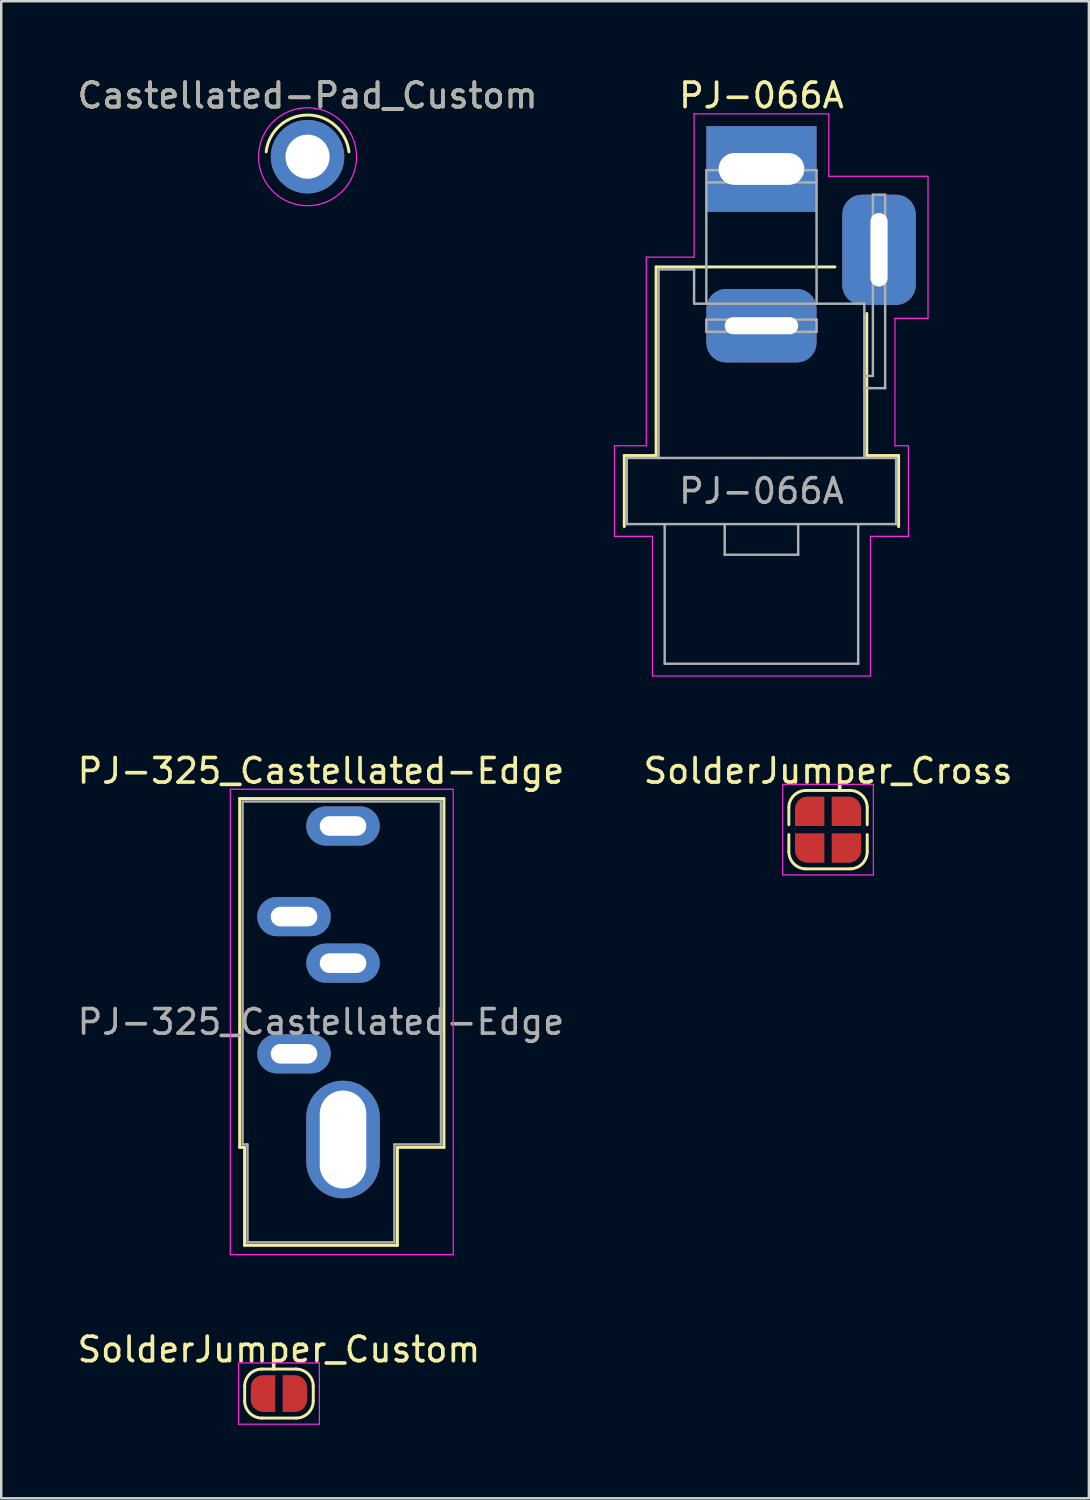
<source format=kicad_pcb>
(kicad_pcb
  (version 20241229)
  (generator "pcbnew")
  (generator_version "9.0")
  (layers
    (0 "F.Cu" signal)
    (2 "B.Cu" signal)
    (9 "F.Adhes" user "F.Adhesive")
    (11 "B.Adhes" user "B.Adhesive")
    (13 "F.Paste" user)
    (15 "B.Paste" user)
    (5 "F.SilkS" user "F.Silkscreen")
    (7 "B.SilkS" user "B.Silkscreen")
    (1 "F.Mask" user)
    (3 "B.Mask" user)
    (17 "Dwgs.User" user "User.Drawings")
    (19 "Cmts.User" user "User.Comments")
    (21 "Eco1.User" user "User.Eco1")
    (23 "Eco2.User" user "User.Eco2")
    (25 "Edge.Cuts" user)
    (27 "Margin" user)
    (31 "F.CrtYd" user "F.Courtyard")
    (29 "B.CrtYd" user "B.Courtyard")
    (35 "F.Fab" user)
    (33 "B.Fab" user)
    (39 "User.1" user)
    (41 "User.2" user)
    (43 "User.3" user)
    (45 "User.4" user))
  (footprint "PJ-066A"
    (layer "F.Cu")
    (at 28.037 18.348)
    (property "Reference" "PJ-066A" (at 0 -17.5 0) (layer "F.SilkS") (effects (font (size 1 1) (thickness 0.15))))
    (attr through_hole)
    (fp_line (start -5.6 -2.8) (end -5.6 0.1) (stroke (width 0.12) (type solid)) (layer "F.SilkS"))
    (fp_line (start -4.3 -10.5) (end 3 -10.5) (stroke (width 0.12) (type solid)) (layer "F.SilkS"))
    (fp_line (start -4.3 -2.8) (end -5.6 -2.8) (stroke (width 0.12) (type solid)) (layer "F.SilkS"))
    (fp_line (start -4.3 -2.8) (end -4.3 -10.5) (stroke (width 0.12) (type solid)) (layer "F.SilkS"))
    (fp_line (start 4.3 -2.8) (end 4.3 -8.6) (stroke (width 0.12) (type solid)) (layer "F.SilkS"))
    (fp_line (start 5.6 -2.8) (end 4.3 -2.8) (stroke (width 0.12) (type solid)) (layer "F.SilkS"))
    (fp_line (start 5.6 -2.8) (end 5.6 0.1) (stroke (width 0.12) (type solid)) (layer "F.SilkS"))
    (fp_line (start -6 0.5) (end -6 -3.2) (stroke (width 0.05) (type solid)) (layer "F.CrtYd"))
    (fp_line (start -6 0.5) (end -4.45 0.5) (stroke (width 0.05) (type solid)) (layer "F.CrtYd"))
    (fp_line (start -4.7 -10.9) (end -4.7 -3.2) (stroke (width 0.05) (type solid)) (layer "F.CrtYd"))
    (fp_line (start -4.7 -3.2) (end -6 -3.2) (stroke (width 0.05) (type solid)) (layer "F.CrtYd"))
    (fp_line (start -4.45 6.2) (end -4.45 0.5) (stroke (width 0.05) (type solid)) (layer "F.CrtYd"))
    (fp_line (start -4.45 6.2) (end 4.45 6.2) (stroke (width 0.05) (type solid)) (layer "F.CrtYd"))
    (fp_line (start -2.75 -16.75) (end -2.75 -10.9) (stroke (width 0.05) (type solid)) (layer "F.CrtYd"))
    (fp_line (start -2.75 -10.9) (end -4.7 -10.9) (stroke (width 0.05) (type solid)) (layer "F.CrtYd"))
    (fp_line (start 2.75 -16.75) (end -2.75 -16.75) (stroke (width 0.05) (type solid)) (layer "F.CrtYd"))
    (fp_line (start 2.75 -16.75) (end 2.75 -14.2) (stroke (width 0.05) (type solid)) (layer "F.CrtYd"))
    (fp_line (start 4.45 0.5) (end 6 0.5) (stroke (width 0.05) (type solid)) (layer "F.CrtYd"))
    (fp_line (start 4.45 6.2) (end 4.45 0.5) (stroke (width 0.05) (type solid)) (layer "F.CrtYd"))
    (fp_line (start 5.45 -3.2) (end 5.45 -8.4) (stroke (width 0.05) (type solid)) (layer "F.CrtYd"))
    (fp_line (start 6 -3.2) (end 5.45 -3.2) (stroke (width 0.05) (type solid)) (layer "F.CrtYd"))
    (fp_line (start 6 0.5) (end 6 -3.2) (stroke (width 0.05) (type solid)) (layer "F.CrtYd"))
    (fp_line (start 6.8 -14.2) (end 2.75 -14.2) (stroke (width 0.05) (type solid)) (layer "F.CrtYd"))
    (fp_line (start 6.8 -14.2) (end 6.8 -8.4) (stroke (width 0.05) (type solid)) (layer "F.CrtYd"))
    (fp_line (start 6.8 -8.4) (end 5.45 -8.4) (stroke (width 0.05) (type solid)) (layer "F.CrtYd"))
    (fp_line (start -5.5 0) (end -5.5 -2.7) (stroke (width 0.1) (type solid)) (layer "F.Fab"))
    (fp_line (start -4.2 -10.4) (end -2.75 -10.4) (stroke (width 0.1) (type solid)) (layer "F.Fab"))
    (fp_line (start -4.2 -2.7) (end -4.2 -10.4) (stroke (width 0.1) (type solid)) (layer "F.Fab"))
    (fp_line (start -3.95 5.7) (end -3.95 0) (stroke (width 0.1) (type solid)) (layer "F.Fab"))
    (fp_line (start -2.75 -9) (end -2.75 -10.4) (stroke (width 0.1) (type solid)) (layer "F.Fab"))
    (fp_line (start -2.25 -9) (end -2.25 -14.45) (stroke (width 0.1) (type solid)) (layer "F.Fab"))
    (fp_line (start -2.25 -8.35) (end -2.25 -7.85) (stroke (width 0.1) (type solid)) (layer "F.Fab"))
    (fp_line (start -1.5 1.25) (end -1.5 0) (stroke (width 0.1) (type solid)) (layer "F.Fab"))
    (fp_line (start -1.25 -14.45) (end -1.25 -13.95) (stroke (width 0.1) (type solid)) (layer "F.Fab"))
    (fp_line (start -1.25 -8.35) (end -1.25 -7.85) (stroke (width 0.1) (type solid)) (layer "F.Fab"))
    (fp_line (start -1 -15.05) (end -1 -14.55) (stroke (width 0.05) (type solid)) (layer "F.Fab"))
    (fp_line (start 1 -15.05) (end -1 -15.05) (stroke (width 0.05) (type solid)) (layer "F.Fab"))
    (fp_line (start 1 -15.05) (end 1 -14.55) (stroke (width 0.05) (type solid)) (layer "F.Fab"))
    (fp_line (start 1 -14.55) (end -1 -14.55) (stroke (width 0.05) (type solid)) (layer "F.Fab"))
    (fp_line (start 1.25 -14.45) (end 1.25 -13.95) (stroke (width 0.1) (type solid)) (layer "F.Fab"))
    (fp_line (start 1.25 -8.35) (end 1.25 -7.85) (stroke (width 0.1) (type solid)) (layer "F.Fab"))
    (fp_line (start 1.5 0) (end 1.5 1.25) (stroke (width 0.1) (type solid)) (layer "F.Fab"))
    (fp_line (start 1.5 1.25) (end -1.5 1.25) (stroke (width 0.1) (type solid)) (layer "F.Fab"))
    (fp_line (start 2.25 -14.45) (end -2.25 -14.45) (stroke (width 0.1) (type solid)) (layer "F.Fab"))
    (fp_line (start 2.25 -14.45) (end 2.25 -9) (stroke (width 0.1) (type solid)) (layer "F.Fab"))
    (fp_line (start 2.25 -13.95) (end -2.25 -13.95) (stroke (width 0.1) (type solid)) (layer "F.Fab"))
    (fp_line (start 2.25 -8.35) (end -2.25 -8.35) (stroke (width 0.1) (type solid)) (layer "F.Fab"))
    (fp_line (start 2.25 -8.35) (end 2.25 -7.85) (stroke (width 0.1) (type solid)) (layer "F.Fab"))
    (fp_line (start 2.25 -7.85) (end -2.25 -7.85) (stroke (width 0.1) (type solid)) (layer "F.Fab"))
    (fp_line (start 3.95 5.7) (end -3.95 5.7) (stroke (width 0.1) (type solid)) (layer "F.Fab"))
    (fp_line (start 3.95 5.7) (end 3.95 0) (stroke (width 0.1) (type solid)) (layer "F.Fab"))
    (fp_line (start 4.2 -9) (end -2.75 -9) (stroke (width 0.1) (type solid)) (layer "F.Fab"))
    (fp_line (start 4.2 -9) (end 4.2 -2.7) (stroke (width 0.1) (type solid)) (layer "F.Fab"))
    (fp_line (start 4.2 -6.05) (end 4.55 -6.05) (stroke (width 0.1) (type solid)) (layer "F.Fab"))
    (fp_line (start 4.2 -5.55) (end 5.05 -5.55) (stroke (width 0.1) (type solid)) (layer "F.Fab"))
    (fp_line (start 4.55 -13.45) (end 5.05 -13.45) (stroke (width 0.1) (type solid)) (layer "F.Fab"))
    (fp_line (start 4.55 -12.45) (end 5.05 -12.45) (stroke (width 0.1) (type solid)) (layer "F.Fab"))
    (fp_line (start 4.55 -9.95) (end 5.05 -9.95) (stroke (width 0.1) (type solid)) (layer "F.Fab"))
    (fp_line (start 4.55 -6.05) (end 4.55 -13.45) (stroke (width 0.1) (type solid)) (layer "F.Fab"))
    (fp_line (start 5.05 -5.55) (end 5.05 -13.45) (stroke (width 0.1) (type solid)) (layer "F.Fab"))
    (fp_line (start 5.5 -2.7) (end -5.5 -2.7) (stroke (width 0.1) (type solid)) (layer "F.Fab"))
    (fp_line (start 5.5 0) (end -5.5 0) (stroke (width 0.1) (type solid)) (layer "F.Fab"))
    (fp_line (start 5.5 0) (end 5.5 -2.7) (stroke (width 0.1) (type solid)) (layer "F.Fab"))
    (fp_text user "${REFERENCE}" (at 0 -1.35 0) (layer "F.Fab") (effects (font (size 1 1) (thickness 0.15))))
    (pad "" smd oval (at 0 -14.5) (size 3.9 1.7) (layers "F.Mask"))
    (pad "1" thru_hole rect (at 0 -14.5) (size 4.5 3.5) (drill oval 3.5 1.3) (layers "*.Cu" "B.Mask"))
    (pad "2" thru_hole roundrect (at 0 -8.1) (size 4.5 3) (drill oval 3 0.7) (layers "*.Cu" "*.Mask") (roundrect_rratio 0.267))
    (pad "3" thru_hole roundrect (at 4.8 -11.2 90) (size 4.5 3) (drill oval 3 0.7) (layers "*.Cu" "*.Mask") (roundrect_rratio 0.267)))
  (footprint "SolderJumper_Custom"
    (layer "F.Cu")
    (at 8.339 53.845)
    (property "Reference" "SolderJumper_Custom" (at 0 -1.8 0) (layer "F.SilkS") (effects (font (size 1 1) (thickness 0.15))))
    (attr exclude_from_pos_files exclude_from_bom)
    (fp_rect (start -0.15 -0.75) (end 0.15 0.75) (stroke (width 0) (type solid)) (fill yes) (layer "F.Mask"))
    (fp_line (start -1.4 0.3) (end -1.4 -0.3) (stroke (width 0.12) (type solid)) (layer "F.SilkS"))
    (fp_line (start -0.7 -1) (end 0.7 -1) (stroke (width 0.12) (type solid)) (layer "F.SilkS"))
    (fp_line (start 0.7 1) (end -0.7 1) (stroke (width 0.12) (type solid)) (layer "F.SilkS"))
    (fp_line (start 1.4 -0.3) (end 1.4 0.3) (stroke (width 0.12) (type solid)) (layer "F.SilkS"))
    (fp_arc (start -1.4 -0.3) (mid -1.194975 -0.794975) (end -0.7 -1) (stroke (width 0.12) (type solid)) (layer "F.SilkS"))
    (fp_arc (start -0.7 1) (mid -1.194975 0.794975) (end -1.4 0.3) (stroke (width 0.12) (type solid)) (layer "F.SilkS"))
    (fp_arc (start 0.7 -1) (mid 1.194975 -0.794975) (end 1.4 -0.3) (stroke (width 0.12) (type solid)) (layer "F.SilkS"))
    (fp_arc (start 1.4 0.3) (mid 1.194975 0.794975) (end 0.7 1) (stroke (width 0.12) (type solid)) (layer "F.SilkS"))
    (fp_line (start -1.65 -1.25) (end -1.65 1.25) (stroke (width 0.05) (type solid)) (layer "F.CrtYd"))
    (fp_line (start -1.65 -1.25) (end 1.65 -1.25) (stroke (width 0.05) (type solid)) (layer "F.CrtYd"))
    (fp_line (start 1.65 1.25) (end -1.65 1.25) (stroke (width 0.05) (type solid)) (layer "F.CrtYd"))
    (fp_line (start 1.65 1.25) (end 1.65 -1.25) (stroke (width 0.05) (type solid)) (layer "F.CrtYd"))
    (pad "1" smd custom (at -0.65 0) (size 1 0.5) (layers "F.Cu" "F.Mask") (options (anchor rect)) (primitives (gr_circle (center 0 0.25) (end 0.5 0.25) (width 0) (fill yes)) (gr_circle (center 0 -0.25) (end 0.5 -0.25) (width 0) (fill yes)) (gr_poly (pts (xy 0.5 0.75) (xy 0 0.75) (xy 0 -0.75) (xy 0.5 -0.75)) (width 0) (fill yes))))
    (pad "2" smd custom (at 0.65 0) (size 1 0.5) (layers "F.Cu" "F.Mask") (options (anchor rect)) (primitives (gr_circle (center 0 0.25) (end 0.5 0.25) (width 0) (fill yes)) (gr_circle (center 0 -0.25) (end 0.5 -0.25) (width 0) (fill yes)) (gr_poly (pts (xy 0 0.75) (xy -0.5 0.75) (xy -0.5 -0.75) (xy 0 -0.75)) (width 0) (fill yes)))))
  (footprint "PJ-325_Castellated-Edge"
    (layer "F.Cu")
    (at 10.054 47.672)
    (property "Reference" "PJ-325_Castellated-Edge" (at 0 -19.25 180) (layer "F.SilkS") (effects (font (size 1 1) (thickness 0.15))))
    (attr through_hole)
    (fp_line (start -3.32 -18.12) (end 5.02 -18.12) (stroke (width 0.12) (type solid)) (layer "F.SilkS"))
    (fp_line (start -3.32 -3.88) (end -3.32 -18.12) (stroke (width 0.12) (type solid)) (layer "F.SilkS"))
    (fp_line (start -3.12 -3.88) (end -3.32 -3.88) (stroke (width 0.12) (type solid)) (layer "F.SilkS"))
    (fp_line (start -3.12 0.12) (end -3.12 -3.88) (stroke (width 0.12) (type solid)) (layer "F.SilkS"))
    (fp_line (start 3.12 -3.88) (end 3.12 0.12) (stroke (width 0.12) (type solid)) (layer "F.SilkS"))
    (fp_line (start 3.12 0.12) (end -3.12 0.12) (stroke (width 0.12) (type solid)) (layer "F.SilkS"))
    (fp_line (start 5.02 -18.12) (end 5.02 -3.88) (stroke (width 0.12) (type solid)) (layer "F.SilkS"))
    (fp_line (start 5.02 -3.88) (end 3.12 -3.88) (stroke (width 0.12) (type solid)) (layer "F.SilkS"))
    (fp_line (start -3.7 -18.5) (end -3.7 0.5) (stroke (width 0.05) (type solid)) (layer "F.CrtYd"))
    (fp_line (start -3.7 0.5) (end 5.4 0.5) (stroke (width 0.05) (type solid)) (layer "F.CrtYd"))
    (fp_line (start 5.4 -18.5) (end -3.7 -18.5) (stroke (width 0.05) (type solid)) (layer "F.CrtYd"))
    (fp_line (start 5.4 0.5) (end 5.4 -18.5) (stroke (width 0.05) (type solid)) (layer "F.CrtYd"))
    (fp_line (start -3.2 -18) (end 4.9 -18) (stroke (width 0.1) (type solid)) (layer "F.Fab"))
    (fp_line (start -3.2 -4) (end -3.2 -18) (stroke (width 0.1) (type solid)) (layer "F.Fab"))
    (fp_line (start -3 -4) (end -3.2 -4) (stroke (width 0.1) (type solid)) (layer "F.Fab"))
    (fp_line (start -3 0) (end -3 -4) (stroke (width 0.1) (type solid)) (layer "F.Fab"))
    (fp_line (start 3 -4) (end 3 0) (stroke (width 0.1) (type solid)) (layer "F.Fab"))
    (fp_line (start 3 0) (end -3 0) (stroke (width 0.1) (type solid)) (layer "F.Fab"))
    (fp_line (start 4.9 -18) (end 4.9 -4) (stroke (width 0.1) (type solid)) (layer "F.Fab"))
    (fp_line (start 4.9 -4) (end 3 -4) (stroke (width 0.1) (type solid)) (layer "F.Fab"))
    (fp_text user "${REFERENCE}" (at 0 -9 180) (layer "F.Fab") (effects (font (size 1 1) (thickness 0.15))))
    (pad "R" thru_hole oval (at -1.1 -13.3) (size 3 1.6) (drill oval 1.9 0.8) (layers "*.Cu" "*.Mask"))
    (pad "RN" thru_hole oval (at 0.9 -11.4) (size 3 1.6) (drill oval 1.9 0.8) (layers "*.Cu" "*.Mask"))
    (pad "S" thru_hole oval (at 0.9 -4.2) (size 3 4.8) (drill oval 1.9 4) (property pad_prop_castellated) (layers "*.Cu" "*.Mask"))
    (pad "T" thru_hole oval (at -1.1 -7.7) (size 3 1.6) (drill oval 1.9 0.8) (layers "*.Cu" "*.Mask"))
    (pad "TN" thru_hole oval (at 0.9 -17) (size 3 1.6) (drill oval 1.9 0.8) (layers "*.Cu" "*.Mask")))
  (footprint "Castellated-Pad_Custom"
    (layer "F.Cu")
    (at 9.506 3.348)
    (property "Reference" "Castellated-Pad_Custom" (at 0 -2.5 0) (layer "F.SilkS") (effects (font (size 1 1) (thickness 0.15))))
    (attr exclude_from_pos_files exclude_from_bom)
    (fp_arc (start -1.69 -0.2) (mid 0 -1.701772) (end 1.69 -0.2) (stroke (width 0.12) (type solid)) (layer "F.SilkS"))
    (fp_circle (center 0 0) (end 2 0) (stroke (width 0.05) (type solid)) (fill no) (layer "F.CrtYd"))
    (fp_text user "${REFERENCE}" (at 0 -2.5 0) (layer "F.Fab") (effects (font (size 1 1) (thickness 0.15))))
    (pad "1" thru_hole circle (at 0 0) (size 3 3) (drill 1.8) (property pad_prop_castellated) (layers "*.Cu" "*.Mask")))
  (footprint "SolderJumper_Cross"
    (layer "F.Cu")
    (at 30.756 30.822)
    (property "Reference" "SolderJumper_Cross" (at 0 -2.4 0) (layer "F.SilkS") (effects (font (size 1 1) (thickness 0.15))))
    (attr exclude_from_pos_files exclude_from_bom)
    (fp_line (start -1.6 -0.2) (end -1.6 -0.9) (stroke (width 0.12) (type solid)) (layer "F.SilkS"))
    (fp_line (start -1.6 0.9) (end -1.6 0.2) (stroke (width 0.12) (type solid)) (layer "F.SilkS"))
    (fp_line (start -0.9 -1.6) (end 0.9 -1.6) (stroke (width 0.12) (type solid)) (layer "F.SilkS"))
    (fp_line (start 0.9 1.6) (end -0.9 1.6) (stroke (width 0.12) (type solid)) (layer "F.SilkS"))
    (fp_line (start 1.6 -0.2) (end 1.6 -0.9) (stroke (width 0.12) (type solid)) (layer "F.SilkS"))
    (fp_line (start 1.6 0.9) (end 1.6 0.2) (stroke (width 0.12) (type solid)) (layer "F.SilkS"))
    (fp_arc (start -1.6 -0.9) (mid -1.394975 -1.394975) (end -0.9 -1.6) (stroke (width 0.12) (type solid)) (layer "F.SilkS"))
    (fp_arc (start -0.9 1.6) (mid -1.394975 1.394975) (end -1.6 0.9) (stroke (width 0.12) (type solid)) (layer "F.SilkS"))
    (fp_arc (start 0.9 -1.599999) (mid 1.394974 -1.394973) (end 1.6 -0.899999) (stroke (width 0.12) (type solid)) (layer "F.SilkS"))
    (fp_arc (start 1.6 0.9) (mid 1.394975 1.394975) (end 0.9 1.6) (stroke (width 0.12) (type solid)) (layer "F.SilkS"))
    (fp_line (start -1.85 -1.85) (end -1.85 1.85) (stroke (width 0.05) (type solid)) (layer "F.CrtYd"))
    (fp_line (start -1.85 -1.85) (end 1.85 -1.85) (stroke (width 0.05) (type solid)) (layer "F.CrtYd"))
    (fp_line (start 1.85 1.85) (end -1.85 1.85) (stroke (width 0.05) (type solid)) (layer "F.CrtYd"))
    (fp_line (start 1.85 1.85) (end 1.85 -1.85) (stroke (width 0.05) (type solid)) (layer "F.CrtYd"))
    (pad "" smd rect (at 0 -0.75) (size 0.3 1.2) (layers "F.Mask"))
    (pad "" smd rect (at 0 0.75) (size 0.3 1.2) (layers "F.Mask"))
    (pad "1" smd roundrect (at -0.75 -0.75) (size 1.2 1.2) (layers "F.Cu" "F.Mask") (roundrect_rratio 0.417) (chamfer_ratio 0) (chamfer top_right bottom_left bottom_right))
    (pad "2" smd roundrect (at 0.75 -0.75) (size 1.2 1.2) (layers "F.Cu" "F.Mask") (roundrect_rratio 0.417) (chamfer_ratio 0) (chamfer top_left bottom_left bottom_right))
    (pad "3" smd roundrect (at -0.75 0.75) (size 1.2 1.2) (layers "F.Cu" "F.Mask") (roundrect_rratio 0.417) (chamfer_ratio 0) (chamfer top_left top_right bottom_right))
    (pad "4" smd roundrect (at 0.75 0.75) (size 1.2 1.2) (layers "F.Cu" "F.Mask") (roundrect_rratio 0.417) (chamfer_ratio 0) (chamfer top_left top_right bottom_left)))
  (gr_rect
    (start -3 -3)
    (end 41.405 58.12)
    (stroke (width 0.1) (type default))
    (fill no)
    (layer "Edge.Cuts")))
</source>
